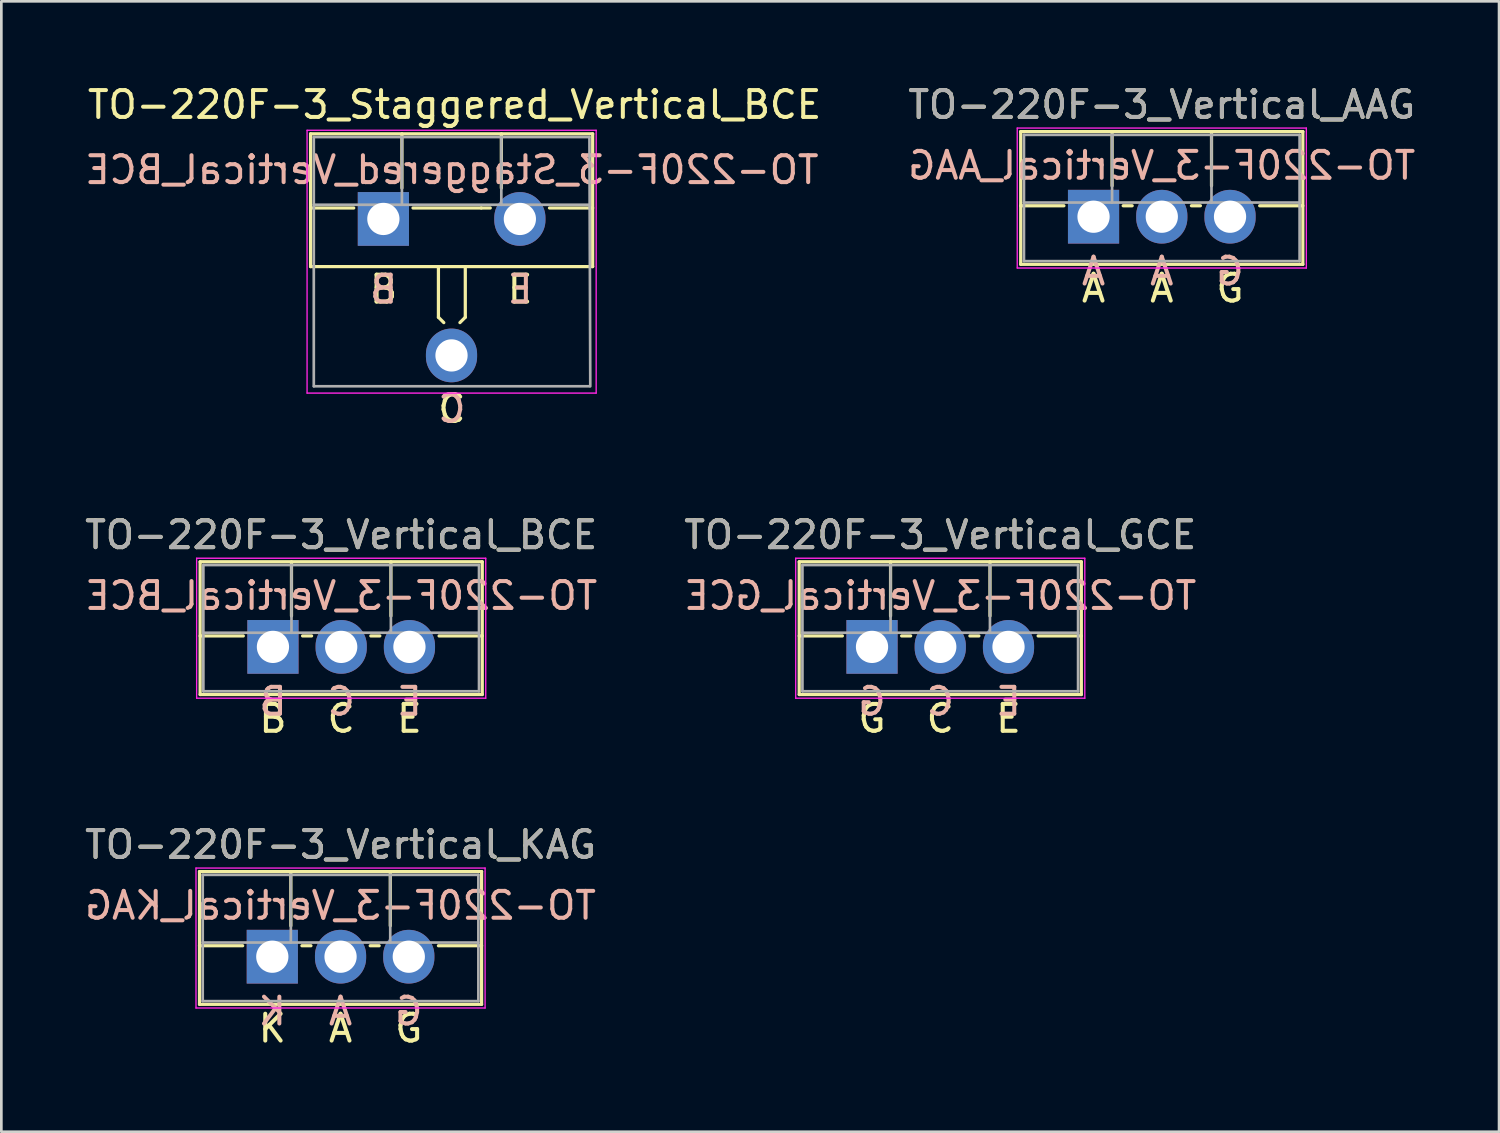
<source format=kicad_pcb>
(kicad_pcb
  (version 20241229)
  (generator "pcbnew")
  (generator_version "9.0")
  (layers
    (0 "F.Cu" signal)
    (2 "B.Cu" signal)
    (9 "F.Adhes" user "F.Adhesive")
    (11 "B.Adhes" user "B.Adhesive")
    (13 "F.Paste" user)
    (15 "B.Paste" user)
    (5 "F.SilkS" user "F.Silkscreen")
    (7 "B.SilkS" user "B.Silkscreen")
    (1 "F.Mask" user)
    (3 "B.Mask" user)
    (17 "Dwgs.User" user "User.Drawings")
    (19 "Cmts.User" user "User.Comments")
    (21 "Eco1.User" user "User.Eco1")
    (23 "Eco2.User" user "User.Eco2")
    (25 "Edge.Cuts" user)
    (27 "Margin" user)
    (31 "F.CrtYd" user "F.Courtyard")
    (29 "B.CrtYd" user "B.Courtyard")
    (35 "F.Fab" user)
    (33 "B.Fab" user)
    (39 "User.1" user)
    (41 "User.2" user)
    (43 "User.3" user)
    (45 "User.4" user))
  (footprint "TO-220F-3_Vertical_AAG"
    (layer "F.Cu")
    (at 37.651 5.016)
    (property "Reference" "TO-220F-3_Vertical_AAG" (at 2.54 -4.168 0) (layer "F.SilkS") (effects (font (size 1 1) (thickness 0.15))))
    (fp_line (start -2.71 -3.168) (end -2.71 1.773) (stroke (width 0.12) (type solid)) (layer "F.SilkS"))
    (fp_line (start -2.71 -3.168) (end 7.79 -3.168) (stroke (width 0.12) (type solid)) (layer "F.SilkS"))
    (fp_line (start -2.71 -0.408) (end -1.103 -0.408) (stroke (width 0.12) (type solid)) (layer "F.SilkS"))
    (fp_line (start -2.71 1.773) (end 7.79 1.773) (stroke (width 0.12) (type solid)) (layer "F.SilkS"))
    (fp_line (start 0.69 -3.168) (end 0.69 -1.15) (stroke (width 0.12) (type solid)) (layer "F.SilkS"))
    (fp_line (start 1.103 -0.408) (end 1.438 -0.408) (stroke (width 0.12) (type solid)) (layer "F.SilkS"))
    (fp_line (start 3.643 -0.408) (end 3.978 -0.408) (stroke (width 0.12) (type solid)) (layer "F.SilkS"))
    (fp_line (start 4.391 -3.168) (end 4.391 -1.15) (stroke (width 0.12) (type solid)) (layer "F.SilkS"))
    (fp_line (start 6.183 -0.408) (end 7.79 -0.408) (stroke (width 0.12) (type solid)) (layer "F.SilkS"))
    (fp_line (start 7.79 -3.168) (end 7.79 1.773) (stroke (width 0.12) (type solid)) (layer "F.SilkS"))
    (fp_line (start -2.84 -3.3) (end -2.84 1.91) (stroke (width 0.05) (type solid)) (layer "F.CrtYd"))
    (fp_line (start -2.84 1.91) (end 7.92 1.91) (stroke (width 0.05) (type solid)) (layer "F.CrtYd"))
    (fp_line (start 7.92 -3.3) (end -2.84 -3.3) (stroke (width 0.05) (type solid)) (layer "F.CrtYd"))
    (fp_line (start 7.92 1.91) (end 7.92 -3.3) (stroke (width 0.05) (type solid)) (layer "F.CrtYd"))
    (fp_line (start -2.59 -3.047) (end -2.59 1.653) (stroke (width 0.1) (type solid)) (layer "F.Fab"))
    (fp_line (start -2.59 -0.527) (end 7.67 -0.527) (stroke (width 0.1) (type solid)) (layer "F.Fab"))
    (fp_line (start -2.59 1.653) (end 7.67 1.653) (stroke (width 0.1) (type solid)) (layer "F.Fab"))
    (fp_line (start 0.69 -3.047) (end 0.69 -0.527) (stroke (width 0.1) (type solid)) (layer "F.Fab"))
    (fp_line (start 4.39 -3.047) (end 4.39 -0.527) (stroke (width 0.1) (type solid)) (layer "F.Fab"))
    (fp_line (start 7.67 -3.047) (end -2.59 -3.047) (stroke (width 0.1) (type solid)) (layer "F.Fab"))
    (fp_line (start 7.67 1.653) (end 7.67 -3.047) (stroke (width 0.1) (type solid)) (layer "F.Fab"))
    (fp_text user "G" (at 5.08 2.667 0) (unlocked yes) (layer "F.SilkS") (effects (font (size 1 1) (thickness 0.15))))
    (fp_text user "A" (at 0 2.667 0) (unlocked yes) (layer "F.SilkS") (effects (font (size 1 1) (thickness 0.15))))
    (fp_text user "A" (at 2.54 2.667 0) (unlocked yes) (layer "F.SilkS") (effects (font (size 1 1) (thickness 0.15))))
    (fp_text user "A" (at 0 2.032 0) (unlocked yes) (layer "B.SilkS") (effects (font (size 1 1) (thickness 0.15)) (justify mirror)))
    (fp_text user "${REFERENCE}" (at 2.54 -1.905 0) (layer "B.SilkS") (effects (font (size 1 1) (thickness 0.15)) (justify mirror)))
    (fp_text user "A" (at 2.54 2.032 0) (unlocked yes) (layer "B.SilkS") (effects (font (size 1 1) (thickness 0.15)) (justify mirror)))
    (fp_text user "G" (at 5.08 2.032 0) (unlocked yes) (layer "B.SilkS") (effects (font (size 1 1) (thickness 0.15)) (justify mirror)))
    (fp_text user "${REFERENCE}" (at 2.54 -4.168 0) (layer "F.Fab") (effects (font (size 1 1) (thickness 0.15))))
    (pad "1" thru_hole rect (at 0 0) (size 1.905 2) (drill 1.2) (layers "*.Cu" "*.Mask"))
    (pad "2" thru_hole oval (at 2.54 0) (size 1.905 2) (drill 1.2) (layers "*.Cu" "*.Mask"))
    (pad "3" thru_hole oval (at 5.08 0) (size 1.905 2) (drill 1.2) (layers "*.Cu" "*.Mask")))
  (footprint "TO-220F-3_Staggered_Vertical_BCE"
    (layer "F.Cu")
    (at 11.228 5.051)
    (property "Reference" "TO-220F-3_Staggered_Vertical_BCE" (at 2.642 -4.203 0) (layer "F.SilkS") (effects (font (size 1 1) (thickness 0.15))))
    (fp_line (start -2.719 -3.12) (end -2.719 1.821) (stroke (width 0.12) (type solid)) (layer "F.SilkS"))
    (fp_line (start -2.719 -3.12) (end 7.781 -3.12) (stroke (width 0.12) (type solid)) (layer "F.SilkS"))
    (fp_line (start -2.719 -0.36) (end -1.112 -0.36) (stroke (width 0.12) (type solid)) (layer "F.SilkS"))
    (fp_line (start -2.719 1.821) (end 7.781 1.821) (stroke (width 0.12) (type solid)) (layer "F.SilkS"))
    (fp_line (start 0.681 -3.12) (end 0.681 -1.102) (stroke (width 0.12) (type solid)) (layer "F.SilkS"))
    (fp_line (start 1.094 -0.36) (end 3.634 -0.36) (stroke (width 0.12) (type solid)) (layer "F.SilkS"))
    (fp_line (start 2.04 1.841) (end 2.04 3.707) (stroke (width 0.12) (type solid)) (layer "F.SilkS"))
    (fp_line (start 2.04 3.707) (end 2.24 3.907) (stroke (width 0.12) (type solid)) (layer "F.SilkS"))
    (fp_line (start 3.04 1.841) (end 3.04 3.707) (stroke (width 0.12) (type solid)) (layer "F.SilkS"))
    (fp_line (start 3.04 3.707) (end 2.84 3.907) (stroke (width 0.12) (type solid)) (layer "F.SilkS"))
    (fp_line (start 3.634 -0.36) (end 3.969 -0.36) (stroke (width 0.12) (type solid)) (layer "F.SilkS"))
    (fp_line (start 4.382 -3.12) (end 4.382 -1.102) (stroke (width 0.12) (type solid)) (layer "F.SilkS"))
    (fp_line (start 6.174 -0.36) (end 7.781 -0.36) (stroke (width 0.12) (type solid)) (layer "F.SilkS"))
    (fp_line (start 7.781 -3.12) (end 7.781 1.821) (stroke (width 0.12) (type solid)) (layer "F.SilkS"))
    (fp_line (start -2.849 -3.252) (end -2.849 6.53) (stroke (width 0.05) (type solid)) (layer "F.CrtYd"))
    (fp_line (start -2.849 6.53) (end 7.911 6.53) (stroke (width 0.05) (type solid)) (layer "F.CrtYd"))
    (fp_line (start 7.911 -3.252) (end -2.849 -3.252) (stroke (width 0.05) (type solid)) (layer "F.CrtYd"))
    (fp_line (start 7.911 6.53) (end 7.911 -3.252) (stroke (width 0.05) (type solid)) (layer "F.CrtYd"))
    (fp_line (start -2.599 -3) (end -2.599 6.276) (stroke (width 0.1) (type solid)) (layer "F.Fab"))
    (fp_line (start -2.599 -0.48) (end 7.661 -0.48) (stroke (width 0.1) (type solid)) (layer "F.Fab"))
    (fp_line (start -2.595 6.276) (end 7.665 6.276) (stroke (width 0.1) (type solid)) (layer "F.Fab"))
    (fp_line (start 0.681 -3) (end 0.681 -0.48) (stroke (width 0.1) (type solid)) (layer "F.Fab"))
    (fp_line (start 4.381 -3) (end 4.381 -0.48) (stroke (width 0.1) (type solid)) (layer "F.Fab"))
    (fp_line (start 7.661 -3) (end -2.599 -3) (stroke (width 0.1) (type solid)) (layer "F.Fab"))
    (fp_line (start 7.692 6.276) (end 7.661 -3) (stroke (width 0.1) (type solid)) (layer "F.Fab"))
    (fp_text user "B" (at 0 2.667 0) (unlocked yes) (layer "F.SilkS") (effects (font (size 1 1) (thickness 0.15))))
    (fp_text user "E" (at 5.08 2.667 0) (unlocked yes) (layer "F.SilkS") (effects (font (size 1 1) (thickness 0.15))))
    (fp_text user "C" (at 2.54 7.112 0) (unlocked yes) (layer "F.SilkS") (effects (font (size 1 1) (thickness 0.15))))
    (fp_text user "E" (at 5.08 2.667 0) (unlocked yes) (layer "B.SilkS") (effects (font (size 1 1) (thickness 0.15)) (justify mirror)))
    (fp_text user "C" (at 2.54 7.112 0) (unlocked yes) (layer "B.SilkS") (effects (font (size 1 1) (thickness 0.15)) (justify mirror)))
    (fp_text user "${REFERENCE}" (at 2.54 -1.778 0) (layer "B.SilkS") (effects (font (size 1 1) (thickness 0.15)) (justify mirror)))
    (fp_text user "B" (at 0 2.667 0) (unlocked yes) (layer "B.SilkS") (effects (font (size 1 1) (thickness 0.15)) (justify mirror)))
    (pad "1" thru_hole rect (at -0.009 0.048) (size 1.905 2) (drill 1.2) (layers "*.Cu" "*.Mask"))
    (pad "2" thru_hole oval (at 2.527 5.128) (size 1.905 2) (drill 1.2) (layers "*.Cu" "*.Mask"))
    (pad "3" thru_hole oval (at 5.071 0.048) (size 1.905 2) (drill 1.2) (layers "*.Cu" "*.Mask")))
  (footprint "TO-220F-3_Vertical_GCE"
    (layer "F.Cu")
    (at 29.406 21.027)
    (property "Reference" "TO-220F-3_Vertical_GCE" (at 2.54 -4.168 0) (layer "F.SilkS") (effects (font (size 1 1) (thickness 0.15))))
    (fp_line (start -2.71 -3.168) (end -2.71 1.773) (stroke (width 0.12) (type solid)) (layer "F.SilkS"))
    (fp_line (start -2.71 -3.168) (end 7.79 -3.168) (stroke (width 0.12) (type solid)) (layer "F.SilkS"))
    (fp_line (start -2.71 -0.408) (end -1.103 -0.408) (stroke (width 0.12) (type solid)) (layer "F.SilkS"))
    (fp_line (start -2.71 1.773) (end 7.79 1.773) (stroke (width 0.12) (type solid)) (layer "F.SilkS"))
    (fp_line (start 0.69 -3.168) (end 0.69 -1.15) (stroke (width 0.12) (type solid)) (layer "F.SilkS"))
    (fp_line (start 1.103 -0.408) (end 1.438 -0.408) (stroke (width 0.12) (type solid)) (layer "F.SilkS"))
    (fp_line (start 3.643 -0.408) (end 3.978 -0.408) (stroke (width 0.12) (type solid)) (layer "F.SilkS"))
    (fp_line (start 4.391 -3.168) (end 4.391 -1.15) (stroke (width 0.12) (type solid)) (layer "F.SilkS"))
    (fp_line (start 6.183 -0.408) (end 7.79 -0.408) (stroke (width 0.12) (type solid)) (layer "F.SilkS"))
    (fp_line (start 7.79 -3.168) (end 7.79 1.773) (stroke (width 0.12) (type solid)) (layer "F.SilkS"))
    (fp_line (start -2.84 -3.3) (end -2.84 1.91) (stroke (width 0.05) (type solid)) (layer "F.CrtYd"))
    (fp_line (start -2.84 1.91) (end 7.92 1.91) (stroke (width 0.05) (type solid)) (layer "F.CrtYd"))
    (fp_line (start 7.92 -3.3) (end -2.84 -3.3) (stroke (width 0.05) (type solid)) (layer "F.CrtYd"))
    (fp_line (start 7.92 1.91) (end 7.92 -3.3) (stroke (width 0.05) (type solid)) (layer "F.CrtYd"))
    (fp_line (start -2.59 -3.047) (end -2.59 1.653) (stroke (width 0.1) (type solid)) (layer "F.Fab"))
    (fp_line (start -2.59 -0.527) (end 7.67 -0.527) (stroke (width 0.1) (type solid)) (layer "F.Fab"))
    (fp_line (start -2.59 1.653) (end 7.67 1.653) (stroke (width 0.1) (type solid)) (layer "F.Fab"))
    (fp_line (start 0.69 -3.047) (end 0.69 -0.527) (stroke (width 0.1) (type solid)) (layer "F.Fab"))
    (fp_line (start 4.39 -3.047) (end 4.39 -0.527) (stroke (width 0.1) (type solid)) (layer "F.Fab"))
    (fp_line (start 7.67 -3.047) (end -2.59 -3.047) (stroke (width 0.1) (type solid)) (layer "F.Fab"))
    (fp_line (start 7.67 1.653) (end 7.67 -3.047) (stroke (width 0.1) (type solid)) (layer "F.Fab"))
    (fp_text user "E" (at 5.08 2.667 0) (unlocked yes) (layer "F.SilkS") (effects (font (size 1 1) (thickness 0.15))))
    (fp_text user "C" (at 2.54 2.667 0) (unlocked yes) (layer "F.SilkS") (effects (font (size 1 1) (thickness 0.15))))
    (fp_text user "G" (at 0 2.667 0) (unlocked yes) (layer "F.SilkS") (effects (font (size 1 1) (thickness 0.15))))
    (fp_text user "${REFERENCE}" (at 2.54 -1.905 0) (layer "B.SilkS") (effects (font (size 1 1) (thickness 0.15)) (justify mirror)))
    (fp_text user "G" (at 0 2.032 0) (unlocked yes) (layer "B.SilkS") (effects (font (size 1 1) (thickness 0.15)) (justify mirror)))
    (fp_text user "E" (at 5.08 2.032 0) (unlocked yes) (layer "B.SilkS") (effects (font (size 1 1) (thickness 0.15)) (justify mirror)))
    (fp_text user "C" (at 2.54 2.032 0) (unlocked yes) (layer "B.SilkS") (effects (font (size 1 1) (thickness 0.15)) (justify mirror)))
    (fp_text user "${REFERENCE}" (at 2.54 -4.168 0) (layer "F.Fab") (effects (font (size 1 1) (thickness 0.15))))
    (pad "1" thru_hole rect (at 0 0) (size 1.905 2) (drill 1.2) (layers "*.Cu" "*.Mask"))
    (pad "2" thru_hole oval (at 2.54 0) (size 1.905 2) (drill 1.2) (layers "*.Cu" "*.Mask"))
    (pad "3" thru_hole oval (at 5.08 0) (size 1.905 2) (drill 1.2) (layers "*.Cu" "*.Mask")))
  (footprint "TO-220F-3_Vertical_BCE"
    (layer "F.Cu")
    (at 7.109 21.027)
    (property "Reference" "TO-220F-3_Vertical_BCE" (at 2.54 -4.168 0) (layer "F.SilkS") (effects (font (size 1 1) (thickness 0.15))))
    (fp_line (start -2.71 -3.168) (end -2.71 1.773) (stroke (width 0.12) (type solid)) (layer "F.SilkS"))
    (fp_line (start -2.71 -3.168) (end 7.79 -3.168) (stroke (width 0.12) (type solid)) (layer "F.SilkS"))
    (fp_line (start -2.71 -0.408) (end -1.103 -0.408) (stroke (width 0.12) (type solid)) (layer "F.SilkS"))
    (fp_line (start -2.71 1.773) (end 7.79 1.773) (stroke (width 0.12) (type solid)) (layer "F.SilkS"))
    (fp_line (start 0.69 -3.168) (end 0.69 -1.15) (stroke (width 0.12) (type solid)) (layer "F.SilkS"))
    (fp_line (start 1.103 -0.408) (end 1.438 -0.408) (stroke (width 0.12) (type solid)) (layer "F.SilkS"))
    (fp_line (start 3.643 -0.408) (end 3.978 -0.408) (stroke (width 0.12) (type solid)) (layer "F.SilkS"))
    (fp_line (start 4.391 -3.168) (end 4.391 -1.15) (stroke (width 0.12) (type solid)) (layer "F.SilkS"))
    (fp_line (start 6.183 -0.408) (end 7.79 -0.408) (stroke (width 0.12) (type solid)) (layer "F.SilkS"))
    (fp_line (start 7.79 -3.168) (end 7.79 1.773) (stroke (width 0.12) (type solid)) (layer "F.SilkS"))
    (fp_line (start -2.84 -3.3) (end -2.84 1.91) (stroke (width 0.05) (type solid)) (layer "F.CrtYd"))
    (fp_line (start -2.84 1.91) (end 7.92 1.91) (stroke (width 0.05) (type solid)) (layer "F.CrtYd"))
    (fp_line (start 7.92 -3.3) (end -2.84 -3.3) (stroke (width 0.05) (type solid)) (layer "F.CrtYd"))
    (fp_line (start 7.92 1.91) (end 7.92 -3.3) (stroke (width 0.05) (type solid)) (layer "F.CrtYd"))
    (fp_line (start -2.59 -3.047) (end -2.59 1.653) (stroke (width 0.1) (type solid)) (layer "F.Fab"))
    (fp_line (start -2.59 -0.527) (end 7.67 -0.527) (stroke (width 0.1) (type solid)) (layer "F.Fab"))
    (fp_line (start -2.59 1.653) (end 7.67 1.653) (stroke (width 0.1) (type solid)) (layer "F.Fab"))
    (fp_line (start 0.69 -3.047) (end 0.69 -0.527) (stroke (width 0.1) (type solid)) (layer "F.Fab"))
    (fp_line (start 4.39 -3.047) (end 4.39 -0.527) (stroke (width 0.1) (type solid)) (layer "F.Fab"))
    (fp_line (start 7.67 -3.047) (end -2.59 -3.047) (stroke (width 0.1) (type solid)) (layer "F.Fab"))
    (fp_line (start 7.67 1.653) (end 7.67 -3.047) (stroke (width 0.1) (type solid)) (layer "F.Fab"))
    (fp_text user "E" (at 5.08 2.667 0) (unlocked yes) (layer "F.SilkS") (effects (font (size 1 1) (thickness 0.15))))
    (fp_text user "C" (at 2.54 2.667 0) (unlocked yes) (layer "F.SilkS") (effects (font (size 1 1) (thickness 0.15))))
    (fp_text user "B" (at 0 2.667 0) (unlocked yes) (layer "F.SilkS") (effects (font (size 1 1) (thickness 0.15))))
    (fp_text user "E" (at 5.08 2.032 0) (unlocked yes) (layer "B.SilkS") (effects (font (size 1 1) (thickness 0.15)) (justify mirror)))
    (fp_text user "C" (at 2.54 2.032 0) (unlocked yes) (layer "B.SilkS") (effects (font (size 1 1) (thickness 0.15)) (justify mirror)))
    (fp_text user "${REFERENCE}" (at 2.54 -1.905 0) (layer "B.SilkS") (effects (font (size 1 1) (thickness 0.15)) (justify mirror)))
    (fp_text user "B" (at 0 2.032 0) (unlocked yes) (layer "B.SilkS") (effects (font (size 1 1) (thickness 0.15)) (justify mirror)))
    (fp_text user "${REFERENCE}" (at 2.54 -4.168 0) (layer "F.Fab") (effects (font (size 1 1) (thickness 0.15))))
    (pad "1" thru_hole rect (at 0 0) (size 1.905 2) (drill 1.2) (layers "*.Cu" "*.Mask"))
    (pad "2" thru_hole oval (at 2.54 0) (size 1.905 2) (drill 1.2) (layers "*.Cu" "*.Mask"))
    (pad "3" thru_hole oval (at 5.08 0) (size 1.905 2) (drill 1.2) (layers "*.Cu" "*.Mask")))
  (footprint "TO-220F-3_Vertical_KAG"
    (layer "F.Cu")
    (at 7.085 32.558)
    (property "Reference" "TO-220F-3_Vertical_KAG" (at 2.54 -4.168 0) (layer "F.SilkS") (effects (font (size 1 1) (thickness 0.15))))
    (fp_line (start -2.71 -3.168) (end -2.71 1.773) (stroke (width 0.12) (type solid)) (layer "F.SilkS"))
    (fp_line (start -2.71 -3.168) (end 7.79 -3.168) (stroke (width 0.12) (type solid)) (layer "F.SilkS"))
    (fp_line (start -2.71 -0.408) (end -1.103 -0.408) (stroke (width 0.12) (type solid)) (layer "F.SilkS"))
    (fp_line (start -2.71 1.773) (end 7.79 1.773) (stroke (width 0.12) (type solid)) (layer "F.SilkS"))
    (fp_line (start 0.69 -3.168) (end 0.69 -1.15) (stroke (width 0.12) (type solid)) (layer "F.SilkS"))
    (fp_line (start 1.103 -0.408) (end 1.438 -0.408) (stroke (width 0.12) (type solid)) (layer "F.SilkS"))
    (fp_line (start 3.643 -0.408) (end 3.978 -0.408) (stroke (width 0.12) (type solid)) (layer "F.SilkS"))
    (fp_line (start 4.391 -3.168) (end 4.391 -1.15) (stroke (width 0.12) (type solid)) (layer "F.SilkS"))
    (fp_line (start 6.183 -0.408) (end 7.79 -0.408) (stroke (width 0.12) (type solid)) (layer "F.SilkS"))
    (fp_line (start 7.79 -3.168) (end 7.79 1.773) (stroke (width 0.12) (type solid)) (layer "F.SilkS"))
    (fp_line (start -2.84 -3.3) (end -2.84 1.91) (stroke (width 0.05) (type solid)) (layer "F.CrtYd"))
    (fp_line (start -2.84 1.91) (end 7.92 1.91) (stroke (width 0.05) (type solid)) (layer "F.CrtYd"))
    (fp_line (start 7.92 -3.3) (end -2.84 -3.3) (stroke (width 0.05) (type solid)) (layer "F.CrtYd"))
    (fp_line (start 7.92 1.91) (end 7.92 -3.3) (stroke (width 0.05) (type solid)) (layer "F.CrtYd"))
    (fp_line (start -2.59 -3.047) (end -2.59 1.653) (stroke (width 0.1) (type solid)) (layer "F.Fab"))
    (fp_line (start -2.59 -0.527) (end 7.67 -0.527) (stroke (width 0.1) (type solid)) (layer "F.Fab"))
    (fp_line (start -2.59 1.653) (end 7.67 1.653) (stroke (width 0.1) (type solid)) (layer "F.Fab"))
    (fp_line (start 0.69 -3.047) (end 0.69 -0.527) (stroke (width 0.1) (type solid)) (layer "F.Fab"))
    (fp_line (start 4.39 -3.047) (end 4.39 -0.527) (stroke (width 0.1) (type solid)) (layer "F.Fab"))
    (fp_line (start 7.67 -3.047) (end -2.59 -3.047) (stroke (width 0.1) (type solid)) (layer "F.Fab"))
    (fp_line (start 7.67 1.653) (end 7.67 -3.047) (stroke (width 0.1) (type solid)) (layer "F.Fab"))
    (fp_text user "G" (at 5.08 2.667 0) (unlocked yes) (layer "F.SilkS") (effects (font (size 1 1) (thickness 0.15))))
    (fp_text user "A" (at 2.54 2.667 0) (unlocked yes) (layer "F.SilkS") (effects (font (size 1 1) (thickness 0.15))))
    (fp_text user "K" (at 0 2.667 0) (unlocked yes) (layer "F.SilkS") (effects (font (size 1 1) (thickness 0.15))))
    (fp_text user "G" (at 5.08 2.032 0) (unlocked yes) (layer "B.SilkS") (effects (font (size 1 1) (thickness 0.15)) (justify mirror)))
    (fp_text user "${REFERENCE}" (at 2.54 -1.905 0) (layer "B.SilkS") (effects (font (size 1 1) (thickness 0.15)) (justify mirror)))
    (fp_text user "A" (at 2.54 2.032 0) (unlocked yes) (layer "B.SilkS") (effects (font (size 1 1) (thickness 0.15)) (justify mirror)))
    (fp_text user "K" (at 0 2.032 0) (unlocked yes) (layer "B.SilkS") (effects (font (size 1 1) (thickness 0.15)) (justify mirror)))
    (fp_text user "${REFERENCE}" (at 2.54 -4.168 0) (layer "F.Fab") (effects (font (size 1 1) (thickness 0.15))))
    (pad "1" thru_hole rect (at 0 0) (size 1.905 2) (drill 1.2) (layers "*.Cu" "*.Mask"))
    (pad "2" thru_hole oval (at 2.54 0) (size 1.905 2) (drill 1.2) (layers "*.Cu" "*.Mask"))
    (pad "3" thru_hole oval (at 5.08 0) (size 1.905 2) (drill 1.2) (layers "*.Cu" "*.Mask")))
  (gr_rect
    (start -3 -3)
    (end 52.744 39.074)
    (stroke (width 0.1) (type default))
    (fill no)
    (layer "Edge.Cuts")))
</source>
